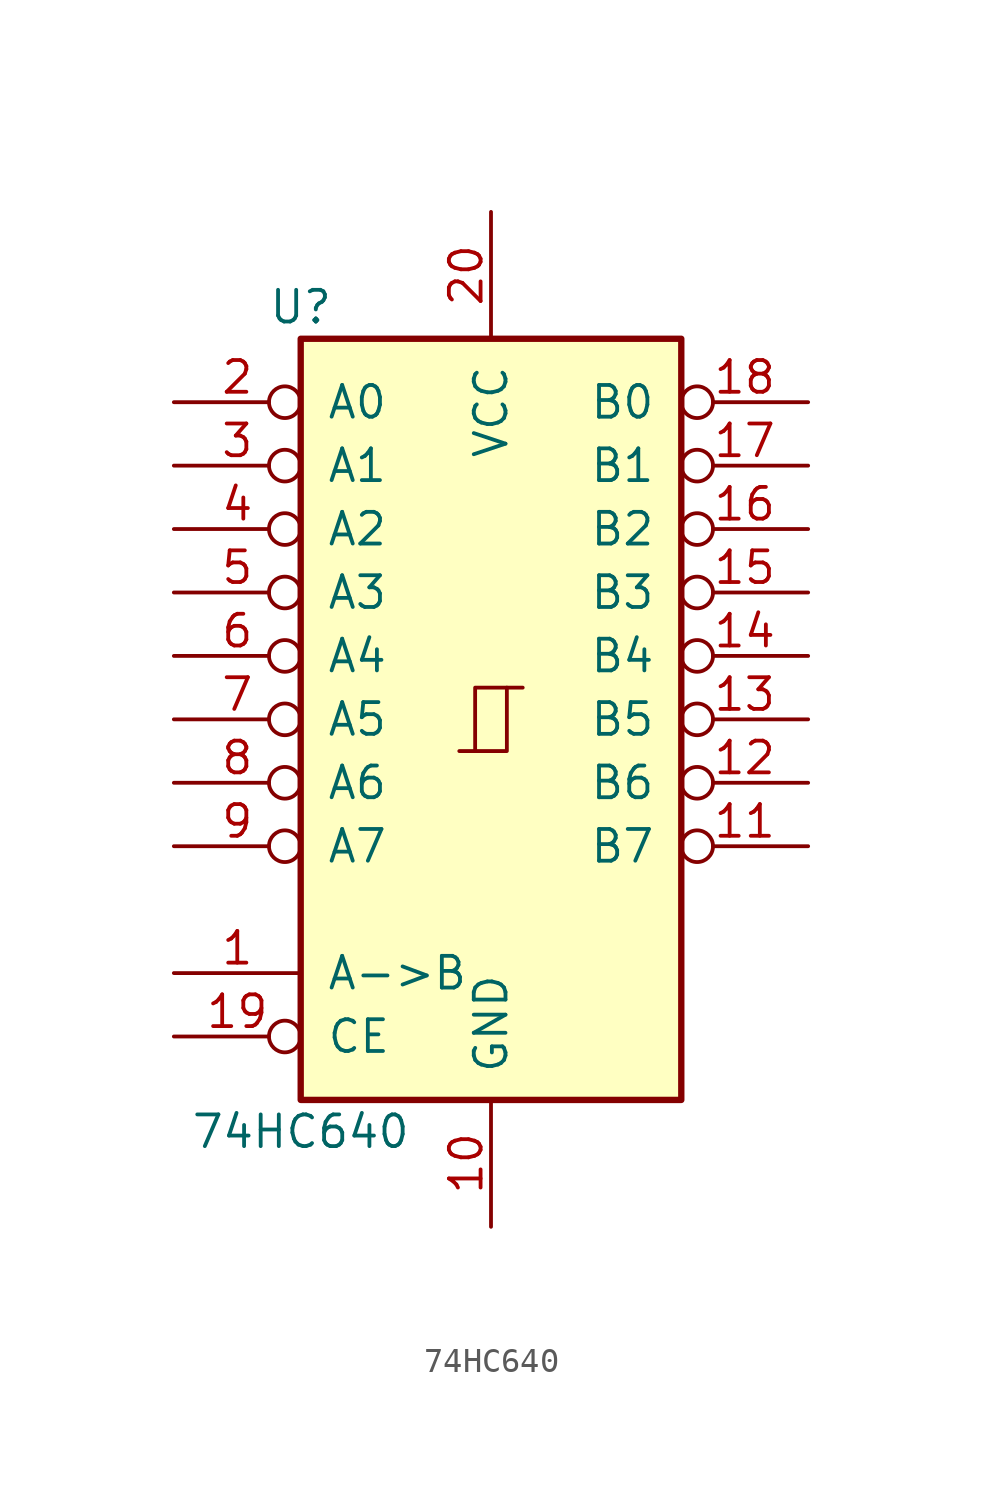
<source format=kicad_sym>
(kicad_symbol_lib
  (version 20211014)
  (generator kicad_symbol_editor)
  (symbol "74HC640"
    (pin_names
      (offset 1.016))
    (property "Reference" "U"
      (at -7.62 16.51 0)
      (effects (font (size 1.27 1.27))))
    (property "Value" "74HC640"
      (at -7.62 -16.51 0)
      (effects (font (size 1.27 1.27))))
    (symbol "74HC640_1_0"
      (polyline (pts (xy -0.635 -1.27) (xy -0.635 1.27) (xy 0.635 1.27)) (stroke (width 0) (type default) (color 0 0 0 0)) (fill (type none)))
      (polyline (pts (xy -1.27 -1.27) (xy 0.635 -1.27) (xy 0.635 1.27) (xy 1.27 1.27)) (stroke (width 0) (type default) (color 0 0 0 0)) (fill (type none)))
      (pin input line (at -12.7 -10.16 0) (length 5.08) (name "A->B" (effects (font (size 1.27 1.27)))) (number "1" (effects (font (size 1.27 1.27)))))
      (pin power_in line (at 0 -20.32 90) (length 5.08) (name "GND" (effects (font (size 1.27 1.27)))) (number "10" (effects (font (size 1.27 1.27)))))
      (pin tri_state inverted (at 12.7 -5.08 180) (length 5.08) (name "B7" (effects (font (size 1.27 1.27)))) (number "11" (effects (font (size 1.27 1.27)))))
      (pin tri_state inverted (at 12.7 -2.54 180) (length 5.08) (name "B6" (effects (font (size 1.27 1.27)))) (number "12" (effects (font (size 1.27 1.27)))))
      (pin tri_state inverted (at 12.7 0 180) (length 5.08) (name "B5" (effects (font (size 1.27 1.27)))) (number "13" (effects (font (size 1.27 1.27)))))
      (pin tri_state inverted (at 12.7 2.54 180) (length 5.08) (name "B4" (effects (font (size 1.27 1.27)))) (number "14" (effects (font (size 1.27 1.27)))))
      (pin tri_state inverted (at 12.7 5.08 180) (length 5.08) (name "B3" (effects (font (size 1.27 1.27)))) (number "15" (effects (font (size 1.27 1.27)))))
      (pin tri_state inverted (at 12.7 7.62 180) (length 5.08) (name "B2" (effects (font (size 1.27 1.27)))) (number "16" (effects (font (size 1.27 1.27)))))
      (pin tri_state inverted (at 12.7 10.16 180) (length 5.08) (name "B1" (effects (font (size 1.27 1.27)))) (number "17" (effects (font (size 1.27 1.27)))))
      (pin tri_state inverted (at 12.7 12.7 180) (length 5.08) (name "B0" (effects (font (size 1.27 1.27)))) (number "18" (effects (font (size 1.27 1.27)))))
      (pin input inverted (at -12.7 -12.7 0) (length 5.08) (name "CE" (effects (font (size 1.27 1.27)))) (number "19" (effects (font (size 1.27 1.27)))))
      (pin tri_state inverted (at -12.7 12.7 0) (length 5.08) (name "A0" (effects (font (size 1.27 1.27)))) (number "2" (effects (font (size 1.27 1.27)))))
      (pin power_in line (at 0 20.32 270) (length 5.08) (name "VCC" (effects (font (size 1.27 1.27)))) (number "20" (effects (font (size 1.27 1.27)))))
      (pin tri_state inverted (at -12.7 10.16 0) (length 5.08) (name "A1" (effects (font (size 1.27 1.27)))) (number "3" (effects (font (size 1.27 1.27)))))
      (pin tri_state inverted (at -12.7 7.62 0) (length 5.08) (name "A2" (effects (font (size 1.27 1.27)))) (number "4" (effects (font (size 1.27 1.27)))))
      (pin tri_state inverted (at -12.7 5.08 0) (length 5.08) (name "A3" (effects (font (size 1.27 1.27)))) (number "5" (effects (font (size 1.27 1.27)))))
      (pin tri_state inverted (at -12.7 2.54 0) (length 5.08) (name "A4" (effects (font (size 1.27 1.27)))) (number "6" (effects (font (size 1.27 1.27)))))
      (pin tri_state inverted (at -12.7 0 0) (length 5.08) (name "A5" (effects (font (size 1.27 1.27)))) (number "7" (effects (font (size 1.27 1.27)))))
      (pin tri_state inverted (at -12.7 -2.54 0) (length 5.08) (name "A6" (effects (font (size 1.27 1.27)))) (number "8" (effects (font (size 1.27 1.27)))))
      (pin tri_state inverted (at -12.7 -5.08 0) (length 5.08) (name "A7" (effects (font (size 1.27 1.27)))) (number "9" (effects (font (size 1.27 1.27))))))
    (symbol "74HC640_1_1"
      (rectangle (start -7.62 15.24) (end 7.62 -15.24) (stroke (width 0.254) (type default) (color 0 0 0 0)) (fill (type background))))))
</source>
